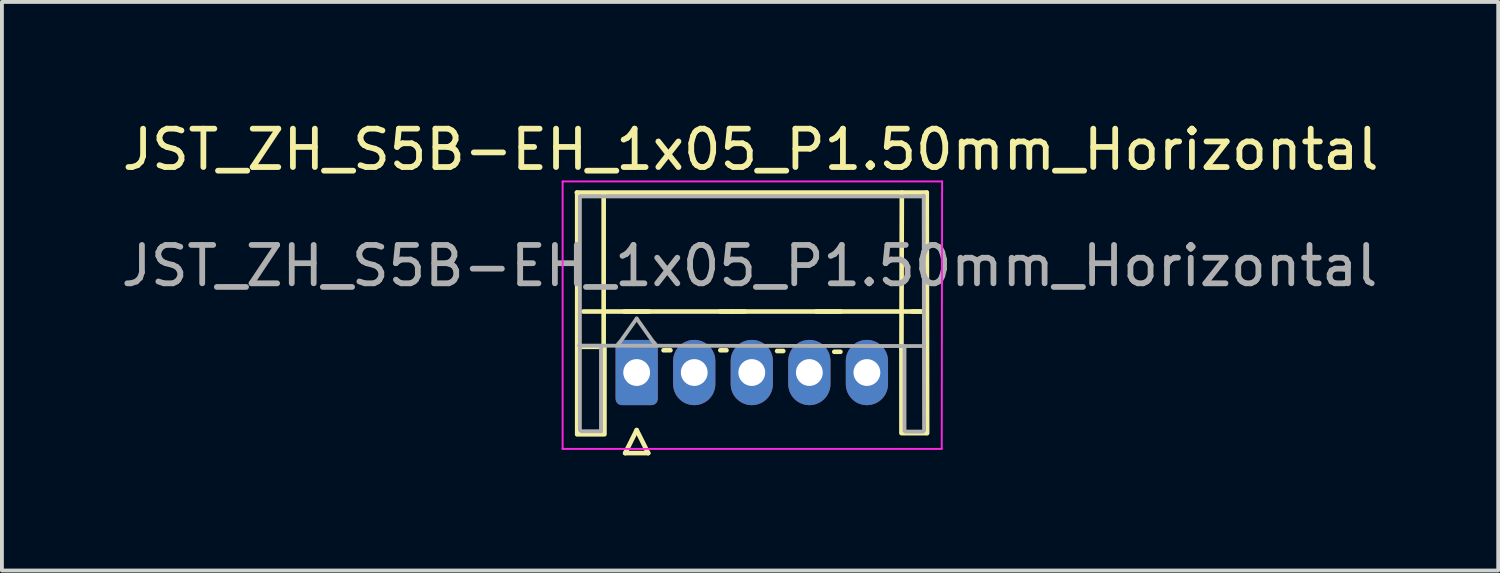
<source format=kicad_pcb>
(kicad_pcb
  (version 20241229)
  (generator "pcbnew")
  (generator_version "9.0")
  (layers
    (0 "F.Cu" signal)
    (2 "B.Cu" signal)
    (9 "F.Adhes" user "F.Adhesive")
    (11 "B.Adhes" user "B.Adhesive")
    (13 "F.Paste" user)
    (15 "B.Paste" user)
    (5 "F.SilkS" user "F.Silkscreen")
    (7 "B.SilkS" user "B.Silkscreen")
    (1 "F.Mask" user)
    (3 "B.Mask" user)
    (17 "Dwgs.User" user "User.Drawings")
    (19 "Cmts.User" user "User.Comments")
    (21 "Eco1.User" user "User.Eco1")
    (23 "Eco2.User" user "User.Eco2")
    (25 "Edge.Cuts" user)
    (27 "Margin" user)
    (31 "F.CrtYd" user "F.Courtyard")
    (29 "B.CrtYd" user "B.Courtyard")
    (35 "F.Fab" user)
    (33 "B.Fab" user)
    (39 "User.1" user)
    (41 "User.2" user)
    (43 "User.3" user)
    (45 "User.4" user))
  (footprint "JST_ZH_S5B-EH_1x05_P1.50mm_Horizontal"
    (layer "F.Cu")
    (at 13.542 6.658)
    (property "Reference" "JST_ZH_S5B-EH_1x05_P1.50mm_Horizontal" (at 2.97 -5.81 0) (layer "F.SilkS") (effects (font (size 1 1) (thickness 0.15))))
    (attr through_hole)
    (fp_line (start -1.56 -4.69) (end 7.56 -4.69) (stroke (width 0.12) (type solid)) (layer "F.SilkS"))
    (fp_line (start -1.55 1.6) (end -1.55 -4.69) (stroke (width 0.12) (type solid)) (layer "F.SilkS"))
    (fp_line (start -1.39 -1.59) (end 7.56 -1.59) (stroke (width 0.12) (type solid)) (layer "F.SilkS"))
    (fp_line (start -0.89 -0.67) (end -1.53 -0.67) (stroke (width 0.12) (type solid)) (layer "F.SilkS"))
    (fp_line (start -0.86 -4.67) (end -0.86 -0.6) (stroke (width 0.12) (type solid)) (layer "F.SilkS"))
    (fp_line (start -0.84 -0.64) (end -0.84 1.56) (stroke (width 0.12) (type solid)) (layer "F.SilkS"))
    (fp_line (start -0.84 1.61) (end -1.55 1.61) (stroke (width 0.12) (type solid)) (layer "F.SilkS"))
    (fp_line (start -0.3 2.1) (end 0.3 2.1) (stroke (width 0.12) (type solid)) (layer "F.SilkS"))
    (fp_line (start 0 -1.59) (end -0.32 -1.59) (stroke (width 0.12) (type solid)) (layer "F.SilkS"))
    (fp_line (start 0 1.5) (end -0.3 2.1) (stroke (width 0.12) (type solid)) (layer "F.SilkS"))
    (fp_line (start 0.3 2.1) (end 0 1.5) (stroke (width 0.12) (type solid)) (layer "F.SilkS"))
    (fp_line (start 0.32 -1.59) (end 0 -1.59) (stroke (width 0.12) (type solid)) (layer "F.SilkS"))
    (fp_line (start 0.7 -0.58) (end 0.88 -0.58) (stroke (width 0.12) (type solid)) (layer "F.SilkS"))
    (fp_line (start 2.18 -0.58) (end 2.34 -0.58) (stroke (width 0.12) (type solid)) (layer "F.SilkS"))
    (fp_line (start 2.5 -1.59) (end 2.18 -1.59) (stroke (width 0.12) (type solid)) (layer "F.SilkS"))
    (fp_line (start 2.82 -1.59) (end 2.5 -1.59) (stroke (width 0.12) (type solid)) (layer "F.SilkS"))
    (fp_line (start 3.66 -0.56) (end 3.82 -0.56) (stroke (width 0.12) (type solid)) (layer "F.SilkS"))
    (fp_line (start 5 -1.59) (end 4.68 -1.59) (stroke (width 0.12) (type solid)) (layer "F.SilkS"))
    (fp_line (start 5.15 -0.54) (end 5.31 -0.54) (stroke (width 0.12) (type solid)) (layer "F.SilkS"))
    (fp_line (start 5.32 -1.59) (end 5 -1.59) (stroke (width 0.12) (type solid)) (layer "F.SilkS"))
    (fp_line (start 6.9 1.54) (end 6.9 -0.66) (stroke (width 0.12) (type solid)) (layer "F.SilkS"))
    (fp_line (start 6.91 -4.69) (end 6.9 -0.62) (stroke (width 0.12) (type solid)) (layer "F.SilkS"))
    (fp_line (start 7.5 -1.59) (end 7.18 -1.59) (stroke (width 0.12) (type solid)) (layer "F.SilkS"))
    (fp_line (start 7.55 1.58) (end 6.9 1.58) (stroke (width 0.12) (type solid)) (layer "F.SilkS"))
    (fp_line (start 7.56 -4.69) (end 7.57 1.58) (stroke (width 0.12) (type solid)) (layer "F.SilkS"))
    (fp_line (start -1.93 -4.98) (end -1.93 1.99) (stroke (width 0.05) (type solid)) (layer "F.CrtYd"))
    (fp_line (start -1.93 1.99) (end 7.95 1.99) (stroke (width 0.05) (type solid)) (layer "F.CrtYd"))
    (fp_line (start 7.95 1.98) (end 7.96 -4.98) (stroke (width 0.05) (type solid)) (layer "F.CrtYd"))
    (fp_line (start 7.96 -4.98) (end -1.93 -4.98) (stroke (width 0.05) (type solid)) (layer "F.CrtYd"))
    (fp_line (start -1.48 1.49) (end -1.48 -4.59) (stroke (width 0.1) (type solid)) (layer "F.Fab"))
    (fp_line (start -1.44 -4.59) (end 7.48 -4.59) (stroke (width 0.1) (type solid)) (layer "F.Fab"))
    (fp_line (start -0.93 -0.67) (end -0.93 1.53) (stroke (width 0.1) (type solid)) (layer "F.Fab"))
    (fp_line (start -0.93 1.53) (end -1.44 1.53) (stroke (width 0.1) (type solid)) (layer "F.Fab"))
    (fp_line (start -0.5 -0.7) (end 0 -1.407) (stroke (width 0.1) (type solid)) (layer "F.Fab"))
    (fp_line (start 0 -1.407) (end 0.5 -0.7) (stroke (width 0.1) (type solid)) (layer "F.Fab"))
    (fp_line (start 6.98 1.52) (end 6.98 -0.68) (stroke (width 0.1) (type solid)) (layer "F.Fab"))
    (fp_line (start 7.46 1.54) (end 7.01 1.54) (stroke (width 0.1) (type solid)) (layer "F.Fab"))
    (fp_line (start 7.48 -4.61) (end 7.49 1.51) (stroke (width 0.1) (type solid)) (layer "F.Fab"))
    (fp_line (start 7.48 -0.69) (end -1.5 -0.7) (stroke (width 0.1) (type solid)) (layer "F.Fab"))
    (fp_text user "${REFERENCE}" (at 2.94 -2.78 0) (layer "F.Fab") (effects (font (size 1 1) (thickness 0.15))))
    (pad "1" thru_hole roundrect (at 0 0) (size 1.1 1.7) (drill 0.7) (layers "*.Cu" "*.Mask") (roundrect_rratio 0.147))
    (pad "2" thru_hole oval (at 1.5 0) (size 1.1 1.7) (drill 0.7) (layers "*.Cu" "*.Mask"))
    (pad "3" thru_hole oval (at 3 0) (size 1.1 1.7) (drill 0.7) (layers "*.Cu" "*.Mask"))
    (pad "4" thru_hole oval (at 4.5 0) (size 1.1 1.7) (drill 0.7) (layers "*.Cu" "*.Mask"))
    (pad "5" thru_hole oval (at 6 0) (size 1.1 1.7) (drill 0.7) (layers "*.Cu" "*.Mask")))
  (gr_rect
    (start -3 -3)
    (end 35.994 11.818)
    (stroke (width 0.1) (type default))
    (fill no)
    (layer "Edge.Cuts")))
</source>
